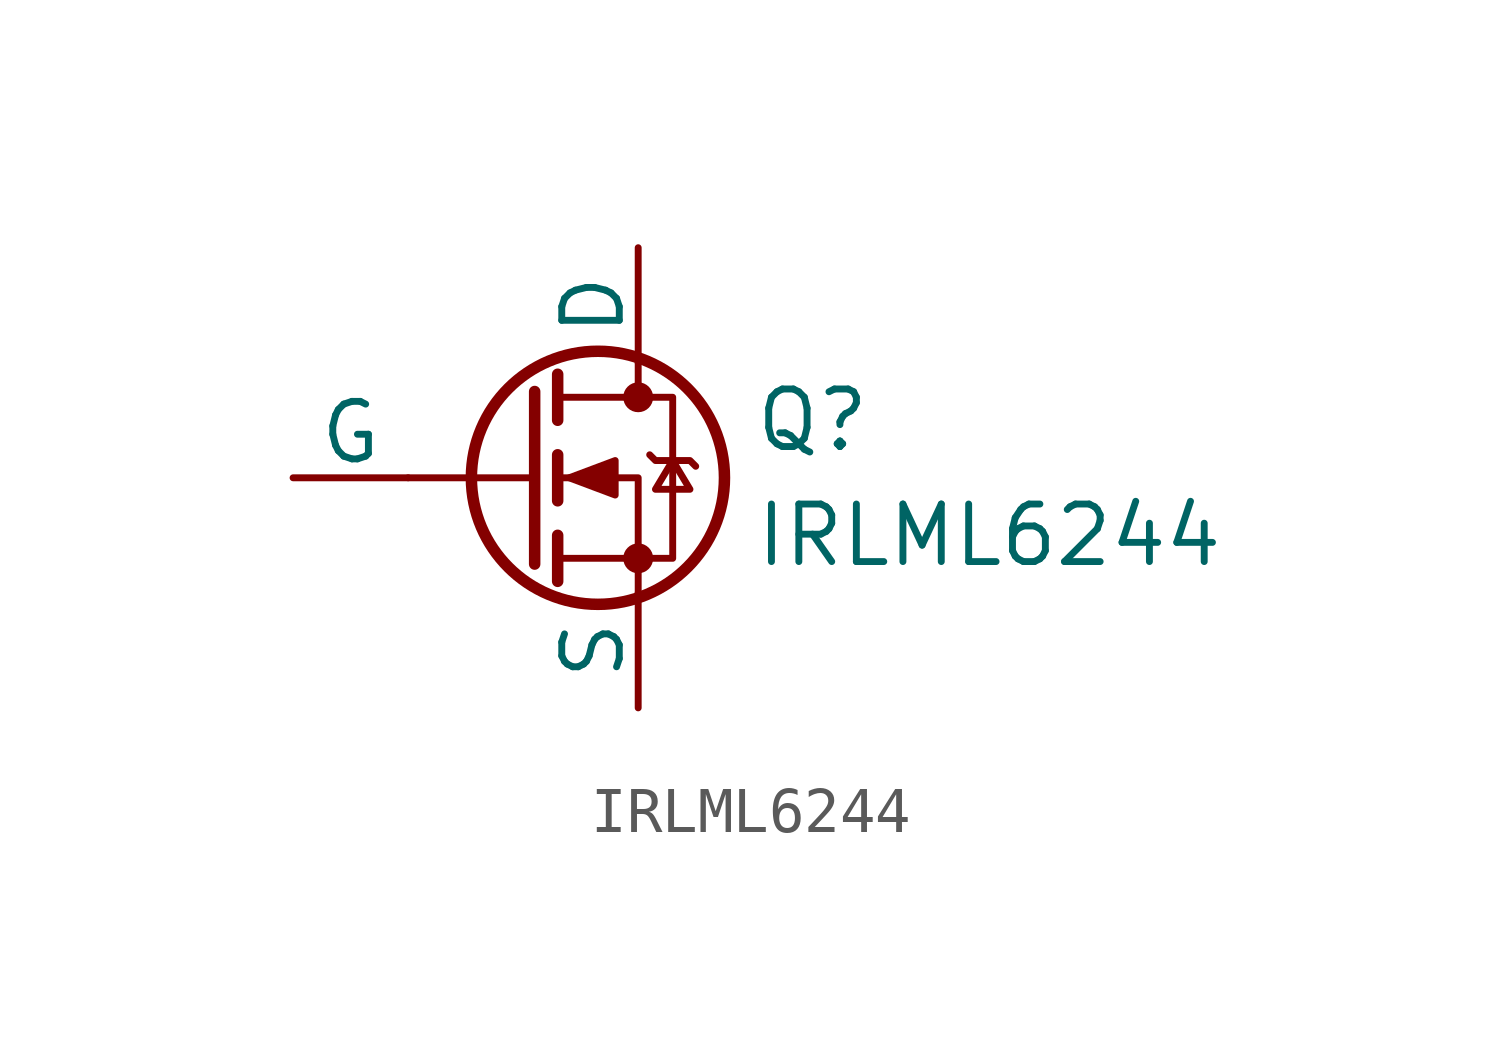
<source format=kicad_sym>
(kicad_symbol_lib
  (version 20220914)
  (generator kicad_symbol_editor)
  (symbol "IRLML6244"
    (pin_numbers hide)
    (pin_names
      (offset 0))
    (property "Reference" "Q"
      (at 5.08 1.27 0)
      (effects (font (size 1.27 1.27)) (justify left)))
    (property "Value" "IRLML6244"
      (at 5.08 -1.27 0)
      (effects (font (size 1.27 1.27)) (justify left)))
    (symbol "IRLML6244_0_1"
      (polyline (pts (xy 0.254 0) (xy -2.54 0)) (stroke (width 0) (type default)) (fill (type none)))
      (polyline (pts (xy 0.254 1.905) (xy 0.254 -1.905)) (stroke (width 0.254) (type default)) (fill (type none)))
      (polyline (pts (xy 0.762 -1.27) (xy 0.762 -2.286)) (stroke (width 0.254) (type default)) (fill (type none)))
      (polyline (pts (xy 0.762 0.508) (xy 0.762 -0.508)) (stroke (width 0.254) (type default)) (fill (type none)))
      (polyline (pts (xy 0.762 2.286) (xy 0.762 1.27)) (stroke (width 0.254) (type default)) (fill (type none)))
      (polyline (pts (xy 2.54 2.54) (xy 2.54 1.778)) (stroke (width 0) (type default)) (fill (type none)))
      (polyline (pts (xy 2.54 -2.54) (xy 2.54 0) (xy 0.762 0)) (stroke (width 0) (type default)) (fill (type none)))
      (polyline (pts (xy 0.762 -1.778) (xy 3.302 -1.778) (xy 3.302 1.778) (xy 0.762 1.778)) (stroke (width 0) (type default)) (fill (type none)))
      (polyline (pts (xy 1.016 0) (xy 2.032 0.381) (xy 2.032 -0.381) (xy 1.016 0)) (stroke (width 0) (type default)) (fill (type outline)))
      (polyline (pts (xy 2.794 0.508) (xy 2.921 0.381) (xy 3.683 0.381) (xy 3.81 0.254)) (stroke (width 0) (type default)) (fill (type none)))
      (polyline (pts (xy 3.302 0.381) (xy 2.921 -0.254) (xy 3.683 -0.254) (xy 3.302 0.381)) (stroke (width 0) (type default)) (fill (type none)))
      (circle (center 1.651 0) (radius 2.794) (stroke (width 0.254) (type default)) (fill (type none)))
      (circle (center 2.54 -1.778) (radius 0.254) (stroke (width 0) (type default)) (fill (type outline)))
      (circle (center 2.54 1.778) (radius 0.254) (stroke (width 0) (type default)) (fill (type outline))))
    (symbol "IRLML6244_1_1"
      (pin input line (at -5.08 0 0) (length 2.54) (name "G" (effects (font (size 1.27 1.27)))) (number "1" (effects (font (size 1.27 1.27)))))
      (pin passive line (at 2.54 -5.08 90) (length 2.54) (name "S" (effects (font (size 1.27 1.27)))) (number "2" (effects (font (size 1.27 1.27)))))
      (pin passive line (at 2.54 5.08 270) (length 2.54) (name "D" (effects (font (size 1.27 1.27)))) (number "3" (effects (font (size 1.27 1.27))))))))
</source>
